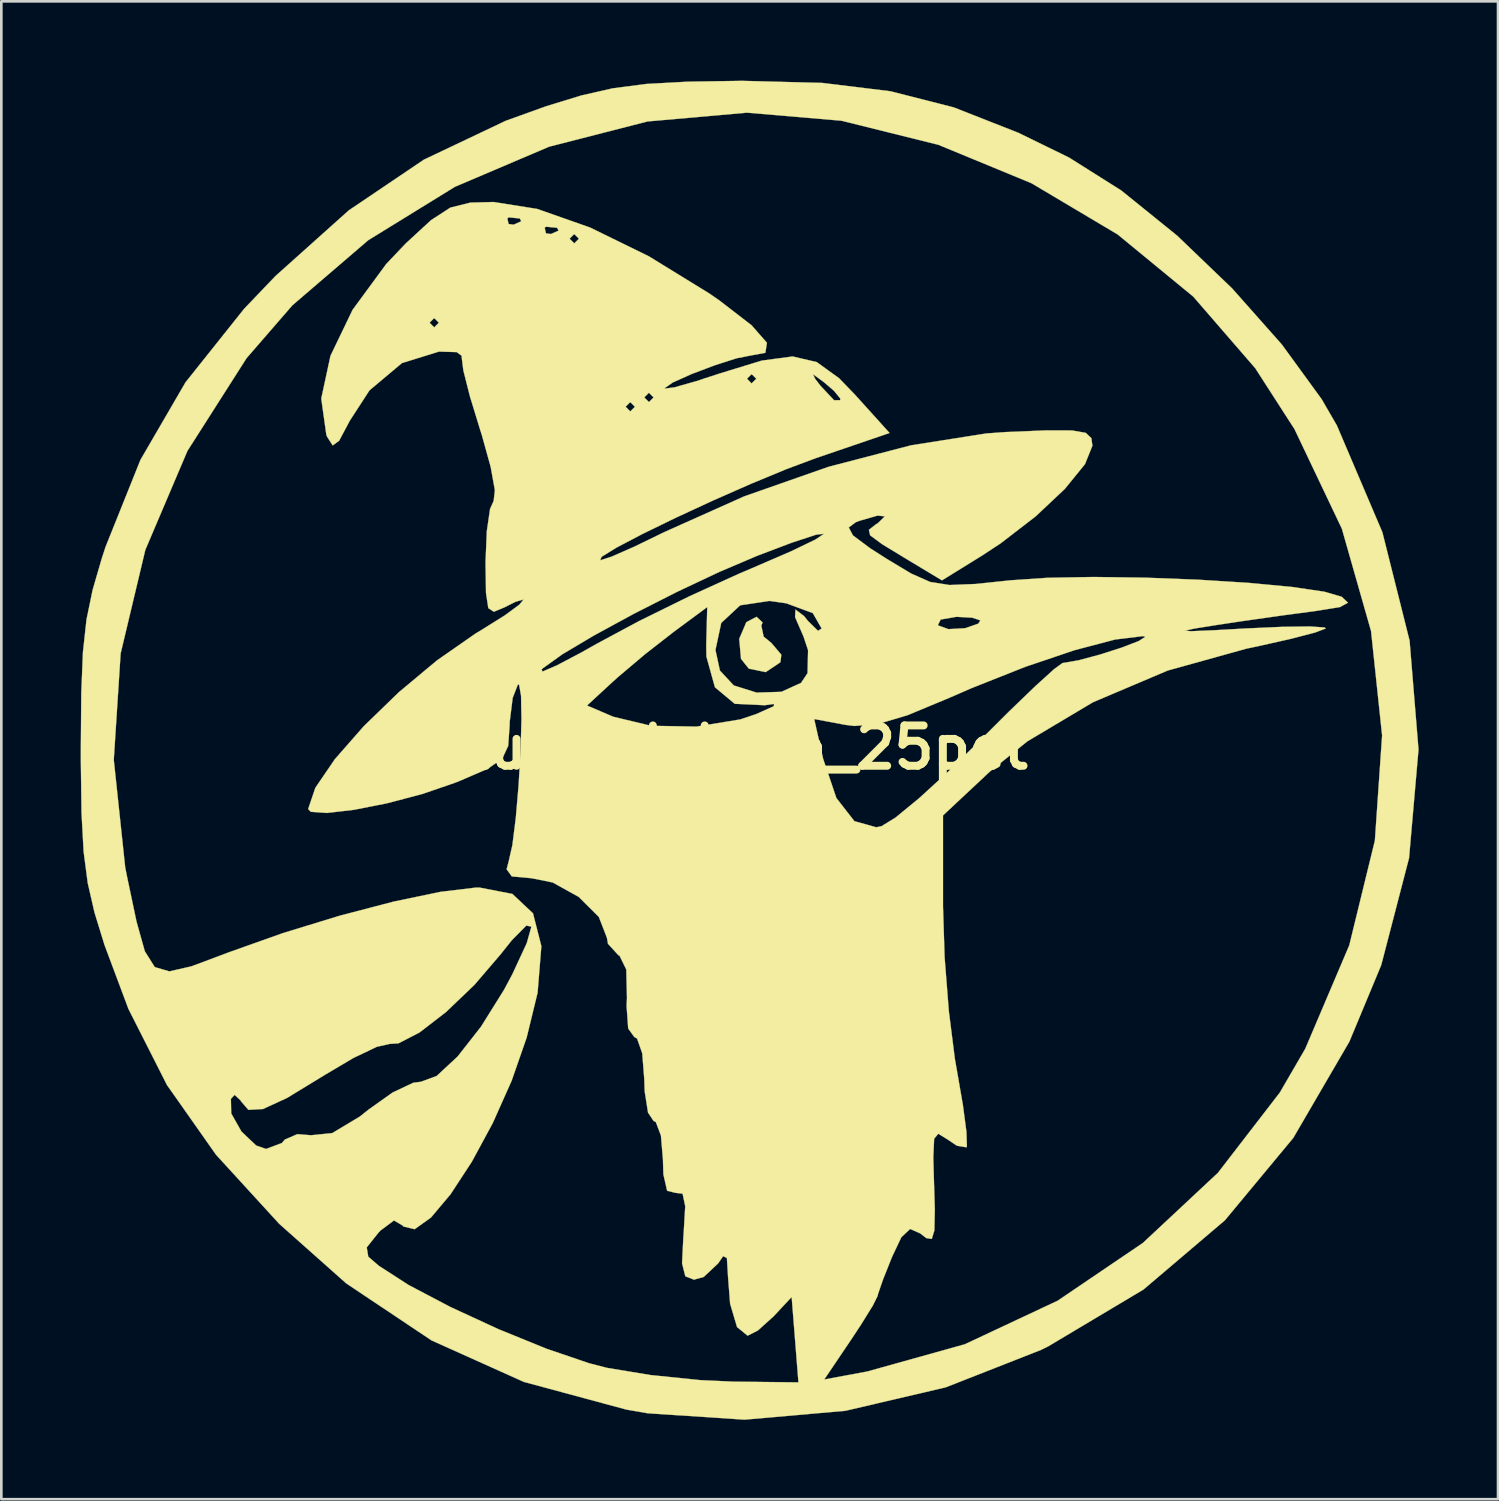
<source format=kicad_pcb>
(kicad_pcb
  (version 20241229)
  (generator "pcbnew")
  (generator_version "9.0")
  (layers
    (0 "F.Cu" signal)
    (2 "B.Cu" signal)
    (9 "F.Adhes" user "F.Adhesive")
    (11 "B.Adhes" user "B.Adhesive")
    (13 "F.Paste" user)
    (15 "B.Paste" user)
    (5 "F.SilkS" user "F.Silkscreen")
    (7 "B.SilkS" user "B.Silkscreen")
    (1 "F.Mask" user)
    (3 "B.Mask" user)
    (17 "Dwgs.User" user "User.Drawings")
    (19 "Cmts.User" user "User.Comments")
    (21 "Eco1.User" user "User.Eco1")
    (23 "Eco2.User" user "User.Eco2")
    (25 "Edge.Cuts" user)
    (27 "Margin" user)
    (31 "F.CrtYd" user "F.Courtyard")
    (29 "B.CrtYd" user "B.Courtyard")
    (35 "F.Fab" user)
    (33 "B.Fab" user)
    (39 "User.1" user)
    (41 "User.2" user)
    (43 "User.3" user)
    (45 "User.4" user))
  (footprint "turpial_logo_25pct"
    (layer "F.Cu")
    (at 25.175 25.196)
    (property "Reference" "turpial_logo_25pct" (at 0 0 0) (layer "F.SilkS") (effects (font (size 1.524 1.524) (thickness 0.3))))
    (attr through_hole)
    (fp_poly (pts (xy 0.59 -4.727) (xy 0.543 -4.608) (xy 0.629 -4.192) (xy 0.924 -3.949) (xy 1.299 -3.506) (xy 1.263 -3.221) (xy 0.707 -2.849) (xy 0.07 -2.98) (xy -0.225 -3.351) (xy -0.292 -4.106) (xy -0.024 -4.736) (xy 0.363 -4.939) (xy 0.59 -4.727)) (stroke (width 0.01) (type solid)) (fill yes) (layer "F.SilkS"))
    (fp_poly (pts (xy 2.843 -25.113) (xy 5.425 -24.797) (xy 7.815 -24.188) (xy 10.257 -23.227) (xy 12.171 -22.292) (xy 14.144 -21.048) (xy 16.255 -19.342) (xy 18.335 -17.345) (xy 20.211 -15.229) (xy 21.714 -13.164) (xy 22.29 -12.171) (xy 24.01 -8.134) (xy 25.038 -4.039) (xy 25.375 0.077) (xy 25.018 4.176) (xy 23.967 8.22) (xy 22.763 11.113) (xy 20.643 14.752) (xy 18.059 17.865) (xy 14.982 20.481) (xy 11.381 22.629) (xy 11.113 22.761) (xy 7.511 24.176) (xy 3.719 25.063) (xy -0.094 25.398) (xy -3.758 25.156) (xy -4.56 25.016) (xy -8.431 23.971) (xy -11.919 22.403) (xy -15.143 20.248) (xy -17.674 17.998) (xy -20.063 15.386) (xy -21.546 13.277) (xy -19.5 13.277) (xy -19.488 13.826) (xy -19.104 14.508) (xy -18.547 15.038) (xy -18.169 15.169) (xy -17.576 14.945) (xy -17.462 14.815) (xy -16.989 14.61) (xy -16.471 14.651) (xy -15.67 14.57) (xy -14.629 13.945) (xy -14.304 13.686) (xy -13.392 13.038) (xy -12.61 12.668) (xy -12.317 12.63) (xy -11.723 12.41) (xy -10.932 11.675) (xy -10.049 10.548) (xy -9.178 9.154) (xy -8.866 8.569) (xy -8.319 7.389) (xy -8.146 6.77) (xy -8.337 6.727) (xy -8.882 7.278) (xy -9.311 7.816) (xy -10.3 8.97) (xy -11.368 9.992) (xy -12.372 10.767) (xy -13.168 11.178) (xy -13.498 11.199) (xy -13.987 11.309) (xy -14.869 11.73) (xy -15.958 12.374) (xy -16.012 12.408) (xy -17.378 13.241) (xy -18.289 13.66) (xy -18.839 13.691) (xy -19.122 13.363) (xy -19.132 13.335) (xy -19.361 13.125) (xy -19.5 13.277) (xy -21.546 13.277) (xy -21.915 12.754) (xy -23.371 9.879) (xy -24.274 7.467) (xy -24.654 6.235) (xy -24.91 5.119) (xy -25.066 3.925) (xy -25.145 2.458) (xy -25.17 0.526) (xy -25.17 0.465) (xy -23.926 0.465) (xy -23.495 4.524) (xy -23.429 4.859) (xy -23.066 6.581) (xy -22.753 7.699) (xy -22.377 8.298) (xy -21.825 8.459) (xy -20.988 8.267) (xy -19.752 7.805) (xy -19.574 7.737) (xy -17.53 7.011) (xy -15.397 6.358) (xy -13.352 5.823) (xy -11.577 5.453) (xy -10.251 5.294) (xy -10.109 5.292) (xy -8.864 5.533) (xy -8.085 6.266) (xy -7.769 7.505) (xy -7.911 9.263) (xy -8.324 10.96) (xy -8.893 12.593) (xy -9.606 14.191) (xy -10.397 15.653) (xy -11.197 16.876) (xy -11.939 17.759) (xy -12.557 18.201) (xy -12.984 18.099) (xy -13.009 18.062) (xy -13.339 17.871) (xy -13.849 18.252) (xy -13.932 18.342) (xy -14.367 18.889) (xy -14.31 19.24) (xy -13.906 19.587) (xy -12.78 20.313) (xy -11.201 21.143) (xy -9.39 21.979) (xy -7.572 22.719) (xy -5.967 23.266) (xy -5.292 23.44) (xy -3.64 23.713) (xy -1.769 23.904) (xy -0.527 23.961) (xy 1.945 23.989) (xy 1.817 22.375) (xy 1.689 20.762) (xy 1.007 21.493) (xy 0.413 22.028) (xy 0.024 22.225) (xy -0.375 21.899) (xy -0.637 21.015) (xy -0.716 19.991) (xy -0.758 19.291) (xy -0.901 19.219) (xy -1.087 19.491) (xy -1.634 20.005) (xy -2.003 20.108) (xy -2.33 19.98) (xy -2.452 19.49) (xy -2.402 18.479) (xy -2.393 18.377) (xy -2.333 17.333) (xy -2.432 16.859) (xy -2.701 16.827) (xy -3.017 16.749) (xy -3.158 16.129) (xy -3.175 15.56) (xy -3.251 14.662) (xy -3.443 14.154) (xy -3.528 14.111) (xy -3.738 13.796) (xy -3.864 12.998) (xy -3.881 12.524) (xy -3.957 11.552) (xy -4.153 10.997) (xy -4.26 10.936) (xy -4.488 10.616) (xy -4.549 9.759) (xy -4.534 9.463) (xy -4.56 8.386) (xy -4.816 7.866) (xy -4.86 7.846) (xy -5.252 7.416) (xy -5.292 7.187) (xy -5.597 6.402) (xy -6.357 5.645) (xy -7.34 5.1) (xy -8.136 4.939) (xy -8.885 4.871) (xy -9.082 4.6) (xy -9.008 4.322) (xy -8.864 3.688) (xy -8.735 2.661) (xy -8.628 1.412) (xy -8.554 0.112) (xy -8.52 -1.066) (xy -8.53 -1.587) (xy -6.044 -1.587) (xy -5.051 -1.162) (xy -3.625 -0.821) (xy -1.91 -0.79) (xy -0.245 -1.063) (xy -0.203 -1.077) (xy 2.54 -1.077) (xy 2.878 0.426) (xy 3.378 1.908) (xy 4.06 2.784) (xy 4.885 3.014) (xy 5.086 2.972) (xy 5.617 2.645) (xy 6.504 1.916) (xy 7.622 0.895) (xy 8.746 -0.208) (xy 9.909 -1.368) (xy 10.897 -2.319) (xy 11.604 -2.96) (xy 11.921 -3.191) (xy 12.531 -3.296) (xy 13.346 -3.514) (xy 14.169 -3.778) (xy 14.803 -4.023) (xy 15.052 -4.182) (xy 14.969 -4.21) (xy 13.913 -4.081) (xy 12.379 -3.678) (xy 10.517 -3.049) (xy 8.475 -2.239) (xy 7.642 -1.876) (xy 6.071 -1.222) (xy 4.933 -0.883) (xy 4.057 -0.814) (xy 3.709 -0.858) (xy 2.54 -1.077) (xy -0.203 -1.077) (xy 0.353 -1.265) (xy 1.015 -1.562) (xy 1.023 -1.649) (xy 0.674 -1.598) (xy -0.461 -1.651) (xy -1.21 -2.277) (xy -1.532 -3.435) (xy -1.536 -3.686) (xy -1.191 -3.686) (xy -1.023 -2.91) (xy -0.5 -2.346) (xy 0.364 -2.075) (xy 1.301 -2.104) (xy 2.044 -2.442) (xy 2.289 -2.809) (xy 2.309 -3.678) (xy 2.136 -4.197) (xy 1.818 -4.928) (xy 1.833 -5.214) (xy 2.158 -4.966) (xy 2.304 -4.783) (xy 2.686 -4.409) (xy 2.822 -4.498) (xy 2.752 -4.619) (xy 7.211 -4.619) (xy 7.61 -4.473) (xy 8.246 -4.508) (xy 8.742 -4.681) (xy 8.819 -4.804) (xy 8.516 -4.905) (xy 7.917 -4.939) (xy 7.319 -4.836) (xy 7.211 -4.619) (xy 2.752 -4.619) (xy 2.487 -5.08) (xy 1.488 -5.449) (xy 0.854 -5.54) (xy -0.256 -5.374) (xy -0.972 -4.708) (xy -1.191 -3.686) (xy -1.536 -3.686) (xy -1.539 -3.856) (xy -1.501 -5.307) (xy -2.779 -4.362) (xy -3.849 -3.528) (xy -4.873 -2.663) (xy -5.051 -2.503) (xy -6.044 -1.587) (xy -8.53 -1.587) (xy -8.536 -1.953) (xy -8.611 -2.375) (xy -8.658 -2.377) (xy -8.853 -1.875) (xy -8.964 -0.983) (xy -8.971 -0.793) (xy -9.023 -0.059) (xy -9.247 0.421) (xy -9.799 0.805) (xy -10.832 1.252) (xy -11.051 1.339) (xy -12.275 1.758) (xy -13.6 2.107) (xy -14.857 2.355) (xy -15.874 2.473) (xy -16.482 2.429) (xy -16.581 2.325) (xy -16.309 1.522) (xy -15.57 0.439) (xy -14.48 -0.804) (xy -13.154 -2.089) (xy -12.124 -2.949) (xy -7.761 -2.949) (xy -7.725 -2.87) (xy -7.185 -3.103) (xy -6.244 -3.599) (xy -5.666 -3.925) (xy -4.071 -4.781) (xy -2.165 -5.719) (xy -0.299 -6.568) (xy 0.155 -6.761) (xy 1.669 -7.415) (xy 2.591 -7.86) (xy 2.911 -8.076) (xy 2.621 -8.044) (xy 1.711 -7.746) (xy 0.39 -7.246) (xy -1.041 -6.637) (xy -2.656 -5.875) (xy -4.293 -5.043) (xy -5.789 -4.229) (xy -6.984 -3.518) (xy -7.713 -2.994) (xy -7.761 -2.949) (xy -12.124 -2.949) (xy -11.707 -3.296) (xy -10.255 -4.307) (xy -10.02 -4.448) (xy -9.152 -4.992) (xy -8.6 -5.398) (xy -8.44 -5.594) (xy -8.743 -5.507) (xy -9.172 -5.292) (xy -9.563 -5.13) (xy -9.774 -5.268) (xy -9.861 -5.84) (xy -9.878 -6.978) (xy -9.878 -7.022) (xy -9.83 -8.175) (xy -9.707 -9.016) (xy -9.571 -9.32) (xy -9.525 -9.721) (xy -9.685 -10.608) (xy -10.017 -11.803) (xy -10.091 -12.035) (xy -10.348 -12.876) (xy -4.586 -12.876) (xy -4.41 -12.7) (xy -4.233 -12.876) (xy -4.41 -13.053) (xy -4.586 -12.876) (xy -10.348 -12.876) (xy -10.456 -13.229) (xy -3.881 -13.229) (xy -3.704 -13.053) (xy -3.528 -13.229) (xy -3.704 -13.406) (xy -3.881 -13.229) (xy -10.456 -13.229) (xy -10.47 -13.277) (xy -10.716 -14.248) (xy -10.782 -14.766) (xy -10.773 -14.795) (xy -10.966 -14.941) (xy -11.634 -14.961) (xy -11.637 -14.961) (xy -13.037 -14.527) (xy -14.262 -13.498) (xy -15.009 -12.347) (xy -15.41 -11.593) (xy -15.653 -11.414) (xy -15.861 -11.737) (xy -15.894 -11.818) (xy -16.086 -13.186) (xy -15.737 -14.803) (xy -15.136 -16.051) (xy -11.994 -16.051) (xy -11.818 -15.875) (xy -11.642 -16.051) (xy -11.818 -16.228) (xy -11.994 -16.051) (xy -15.136 -16.051) (xy -14.901 -16.54) (xy -13.633 -18.267) (xy -12.89 -19.05) (xy -12.698 -19.226) (xy -6.703 -19.226) (xy -6.526 -19.05) (xy -6.35 -19.226) (xy -6.526 -19.403) (xy -6.703 -19.226) (xy -12.698 -19.226) (xy -12.251 -19.638) (xy -7.644 -19.638) (xy -7.595 -19.428) (xy -7.408 -19.403) (xy -7.118 -19.532) (xy -7.173 -19.638) (xy -7.592 -19.68) (xy -7.644 -19.638) (xy -12.251 -19.638) (xy -11.935 -19.928) (xy -11.839 -19.991) (xy -9.055 -19.991) (xy -9.006 -19.781) (xy -8.819 -19.756) (xy -8.529 -19.885) (xy -8.584 -19.991) (xy -9.003 -20.033) (xy -9.055 -19.991) (xy -11.839 -19.991) (xy -11.206 -20.402) (xy -10.451 -20.59) (xy -9.575 -20.613) (xy -7.926 -20.351) (xy -5.924 -19.647) (xy -3.709 -18.562) (xy -1.424 -17.157) (xy -1.049 -16.898) (xy 0.172 -15.957) (xy 0.754 -15.295) (xy 0.696 -14.915) (xy 0.163 -14.817) (xy -0.388 -14.709) (xy -1.219 -14.443) (xy -2.101 -14.109) (xy -2.805 -13.792) (xy -3.104 -13.582) (xy -3.098 -13.563) (xy -2.736 -13.611) (xy -1.908 -13.845) (xy -1.635 -13.935) (xy 0 -13.935) (xy 0.176 -13.758) (xy 0.353 -13.935) (xy 0.179 -14.108) (xy 2.493 -14.108) (xy 2.58 -13.926) (xy 2.777 -13.67) (xy 3.292 -13.122) (xy 3.522 -13.124) (xy 3.528 -13.186) (xy 3.287 -13.48) (xy 2.91 -13.803) (xy 2.493 -14.108) (xy 0.179 -14.108) (xy 0.176 -14.111) (xy 0 -13.935) (xy -1.635 -13.935) (xy -1.055 -14.125) (xy 0.558 -14.62) (xy 1.726 -14.776) (xy 2.637 -14.564) (xy 3.479 -13.955) (xy 4.064 -13.351) (xy 5.388 -11.885) (xy 2.606 -10.936) (xy 1.487 -10.518) (xy 0.147 -9.963) (xy -1.29 -9.33) (xy -2.698 -8.678) (xy -3.952 -8.067) (xy -4.926 -7.556) (xy -5.495 -7.205) (xy -5.546 -7.073) (xy -5.113 -7.213) (xy -4.244 -7.595) (xy -3.137 -8.133) (xy -0.107 -9.489) (xy 3.076 -10.605) (xy 6.2 -11.419) (xy 9.05 -11.868) (xy 9.79 -11.921) (xy 11.321 -11.984) (xy 12.281 -11.981) (xy 12.801 -11.89) (xy 13.014 -11.69) (xy 13.053 -11.403) (xy 12.772 -10.707) (xy 12.015 -9.776) (xy 10.911 -8.736) (xy 9.587 -7.716) (xy 8.888 -7.256) (xy 7.369 -6.317) (xy 6.066 -7.1) (xy 5.109 -7.682) (xy 4.655 -8.017) (xy 4.607 -8.226) (xy 4.867 -8.429) (xy 4.949 -8.48) (xy 5.212 -8.735) (xy 4.934 -8.764) (xy 4.244 -8.564) (xy 4.113 -8.514) (xy 3.846 -8.315) (xy 4.003 -8.016) (xy 4.661 -7.525) (xy 5.283 -7.128) (xy 6.206 -6.573) (xy 6.919 -6.257) (xy 7.654 -6.14) (xy 8.646 -6.18) (xy 9.947 -6.317) (xy 11.348 -6.413) (xy 13.101 -6.444) (xy 15.053 -6.418) (xy 17.053 -6.341) (xy 18.949 -6.222) (xy 20.589 -6.068) (xy 21.82 -5.887) (xy 22.475 -5.695) (xy 22.711 -5.471) (xy 22.403 -5.306) (xy 21.505 -5.161) (xy 20.237 -4.992) (xy 18.704 -4.774) (xy 17.815 -4.64) (xy 16.903 -4.494) (xy 16.547 -4.414) (xy 16.786 -4.395) (xy 17.659 -4.432) (xy 18.874 -4.5) (xy 20.245 -4.561) (xy 21.277 -4.574) (xy 21.826 -4.536) (xy 21.872 -4.498) (xy 21.467 -4.345) (xy 20.545 -4.105) (xy 19.282 -3.821) (xy 18.874 -3.736) (xy 15.902 -2.91) (xy 13.075 -1.711) (xy 10.597 -0.235) (xy 9.179 0.909) (xy 7.408 2.566) (xy 7.408 6.014) (xy 7.468 7.925) (xy 7.628 9.962) (xy 7.856 11.765) (xy 7.933 12.203) (xy 8.159 13.508) (xy 8.293 14.521) (xy 8.31 15.065) (xy 8.294 15.107) (xy 7.933 15.047) (xy 7.563 14.799) (xy 7.231 14.593) (xy 7.073 14.781) (xy 7.041 15.487) (xy 7.057 16.072) (xy 7.098 17.453) (xy 7.082 18.246) (xy 6.984 18.569) (xy 6.777 18.537) (xy 6.543 18.358) (xy 6.166 18.192) (xy 5.835 18.502) (xy 5.485 19.24) (xy 5.14 20.105) (xy 4.951 20.653) (xy 4.939 20.718) (xy 4.758 21.083) (xy 4.295 21.83) (xy 3.929 22.384) (xy 2.92 23.88) (xy 4.547 23.578) (xy 8.234 22.549) (xy 11.741 20.903) (xy 14.964 18.718) (xy 17.797 16.07) (xy 20.136 13.037) (xy 21.096 11.384) (xy 22.759 7.475) (xy 23.727 3.515) (xy 24 -0.456) (xy 23.583 -4.398) (xy 22.479 -8.27) (xy 20.69 -12.031) (xy 19.206 -14.334) (xy 16.865 -17.038) (xy 14.006 -19.388) (xy 10.754 -21.321) (xy 7.235 -22.774) (xy 3.574 -23.684) (xy 0 -23.989) (xy -3.757 -23.657) (xy -7.477 -22.703) (xy -11.036 -21.187) (xy -14.31 -19.17) (xy -17.176 -16.711) (xy -18.906 -14.716) (xy -21.143 -11.208) (xy -22.735 -7.465) (xy -23.667 -3.553) (xy -23.926 0.465) (xy -25.17 0.465) (xy -25.17 0) (xy -25.154 -2.055) (xy -25.091 -3.602) (xy -24.956 -4.838) (xy -24.724 -5.959) (xy -24.373 -7.163) (xy -24.235 -7.585) (xy -22.917 -10.87) (xy -21.214 -13.8) (xy -19 -16.577) (xy -17.816 -17.816) (xy -15.044 -20.298) (xy -12.209 -22.212) (xy -9.111 -23.683) (xy -7.585 -24.232) (xy -6.261 -24.638) (xy -5.07 -24.909) (xy -3.802 -25.074) (xy -2.248 -25.159) (xy -0.201 -25.191) (xy -0.176 -25.191) (xy 2.843 -25.113)) (stroke (width 0.01) (type solid)) (fill yes) (layer "F.SilkS")))
  (gr_rect
    (start -3 -3)
    (end 53.555 53.6)
    (stroke (width 0.1) (type default))
    (fill no)
    (layer "Edge.Cuts")))
</source>
